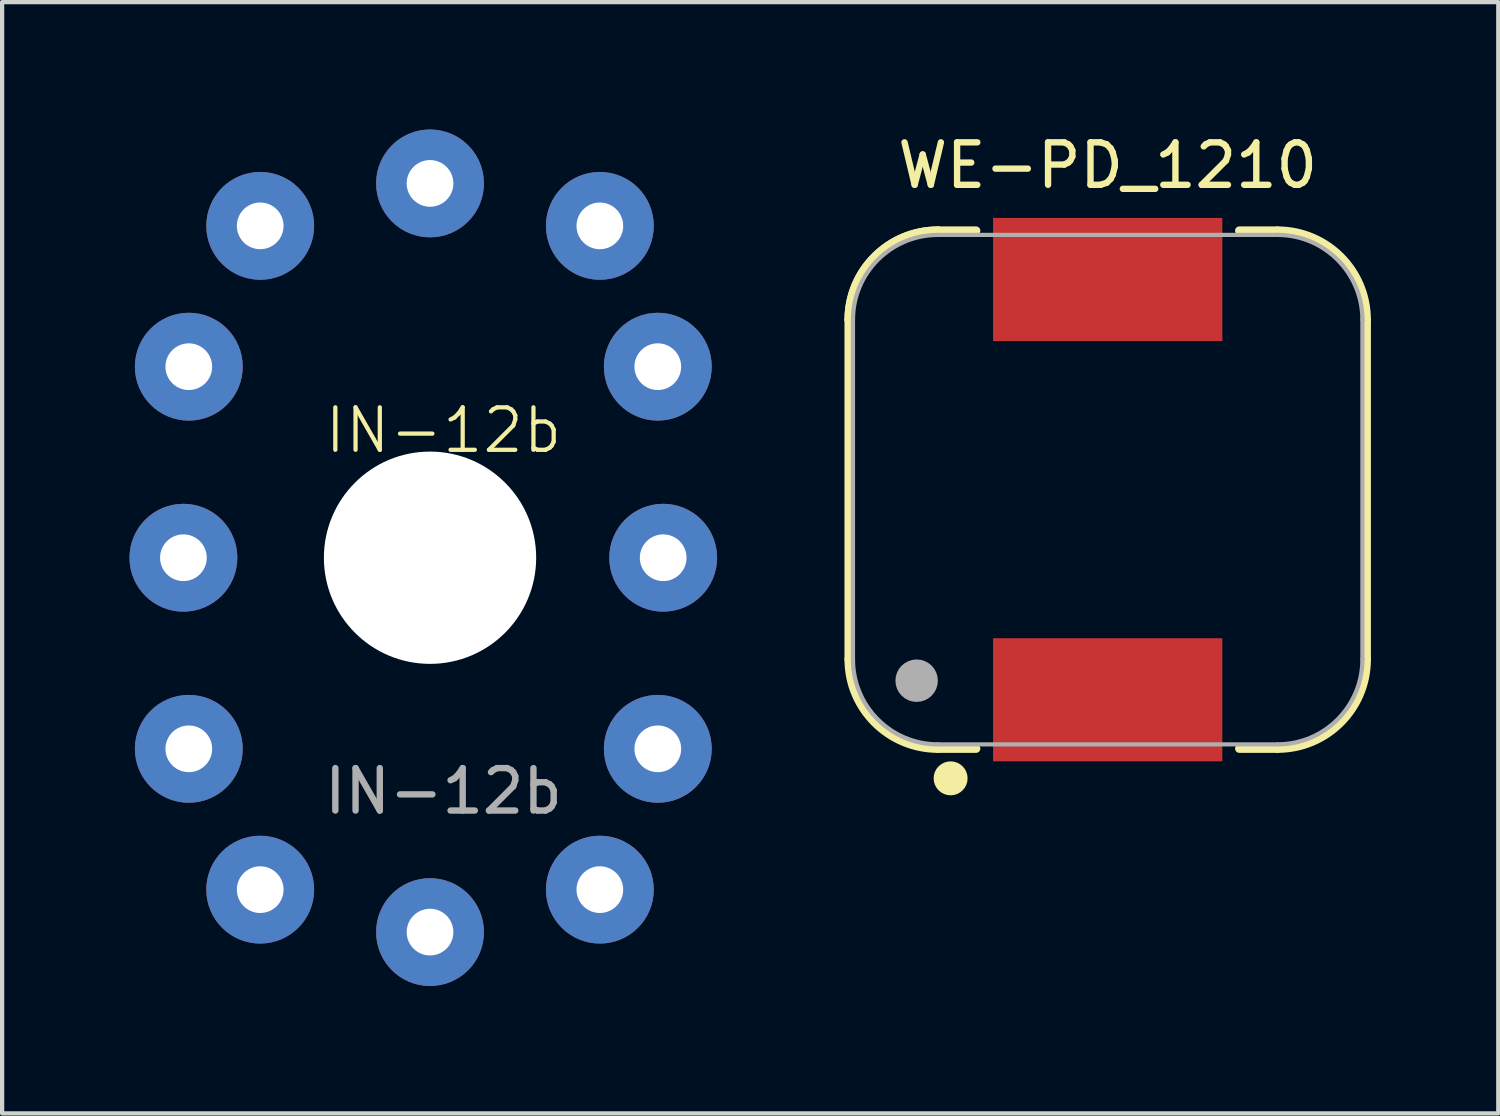
<source format=kicad_pcb>
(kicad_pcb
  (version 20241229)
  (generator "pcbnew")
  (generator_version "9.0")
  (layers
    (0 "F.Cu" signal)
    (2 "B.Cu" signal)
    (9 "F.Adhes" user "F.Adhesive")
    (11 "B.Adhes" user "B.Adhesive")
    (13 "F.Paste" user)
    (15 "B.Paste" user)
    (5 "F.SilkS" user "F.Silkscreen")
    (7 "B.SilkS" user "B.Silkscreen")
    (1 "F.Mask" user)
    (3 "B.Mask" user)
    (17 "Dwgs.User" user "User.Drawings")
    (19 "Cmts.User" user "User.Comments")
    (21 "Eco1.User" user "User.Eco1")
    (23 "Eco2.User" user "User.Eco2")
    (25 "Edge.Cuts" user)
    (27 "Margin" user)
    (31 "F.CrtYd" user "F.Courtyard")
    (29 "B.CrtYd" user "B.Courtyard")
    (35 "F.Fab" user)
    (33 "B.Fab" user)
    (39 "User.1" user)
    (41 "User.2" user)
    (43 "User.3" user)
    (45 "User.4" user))
  (footprint "WE-PD_1210"
    (layer "F.Cu")
    (at 23.041 8.483)
    (property "Reference" "WE-PD_1210" (at 0 -7.635 0) (layer "F.SilkS") (effects (font (size 1 1) (thickness 0.15))))
    (attr smd)
    (fp_line (start -6.1 4) (end -6.1 -4) (stroke (width 0.2) (type solid)) (layer "F.SilkS"))
    (fp_line (start -4 -6.1) (end -3.1 -6.1) (stroke (width 0.2) (type solid)) (layer "F.SilkS"))
    (fp_line (start -3.1 6.1) (end -4 6.1) (stroke (width 0.2) (type solid)) (layer "F.SilkS"))
    (fp_line (start 3.1 6.1) (end 4 6.1) (stroke (width 0.2) (type solid)) (layer "F.SilkS"))
    (fp_line (start 4 -6.1) (end 3.1 -6.1) (stroke (width 0.2) (type solid)) (layer "F.SilkS"))
    (fp_line (start 6.1 4) (end 6.1 -4) (stroke (width 0.2) (type solid)) (layer "F.SilkS"))
    (fp_arc (start -6.1 -4) (mid -5.484924 -5.484924) (end -4 -6.1) (stroke (width 0.2) (type solid)) (layer "F.SilkS"))
    (fp_arc (start -6.1 -4) (mid -5.484924 -5.484924) (end -4 -6.1) (stroke (width 0.2) (type solid)) (layer "F.SilkS"))
    (fp_arc (start -4 6.1) (mid -5.484924 5.484924) (end -6.1 4) (stroke (width 0.2) (type solid)) (layer "F.SilkS"))
    (fp_arc (start 4 -6.1) (mid 5.484924 -5.484924) (end 6.1 -4) (stroke (width 0.2) (type solid)) (layer "F.SilkS"))
    (fp_arc (start 6.1 4) (mid 5.484924 5.484924) (end 4 6.1) (stroke (width 0.2) (type solid)) (layer "F.SilkS"))
    (fp_circle (center -3.7 6.8) (end -3.5 6.8) (stroke (width 0.4) (type solid)) (fill no) (layer "F.SilkS"))
    (fp_line (start -6 4) (end -6 -4) (stroke (width 0.1) (type solid)) (layer "F.Fab"))
    (fp_line (start -4 6) (end 4 6) (stroke (width 0.1) (type solid)) (layer "F.Fab"))
    (fp_line (start 4 -6) (end -4 -6) (stroke (width 0.1) (type solid)) (layer "F.Fab"))
    (fp_line (start 6 4) (end 6 -4) (stroke (width 0.1) (type solid)) (layer "F.Fab"))
    (fp_arc (start -6 -4) (mid -5.414214 -5.414214) (end -4 -6) (stroke (width 0.1) (type solid)) (layer "F.Fab"))
    (fp_arc (start -4 6) (mid -5.414214 5.414214) (end -6 4) (stroke (width 0.1) (type solid)) (layer "F.Fab"))
    (fp_arc (start 4 -6) (mid 5.414214 -5.414214) (end 6 -4) (stroke (width 0.1) (type solid)) (layer "F.Fab"))
    (fp_arc (start 6 4) (mid 5.414214 5.414214) (end 4 6) (stroke (width 0.1) (type solid)) (layer "F.Fab"))
    (fp_circle (center -4.5 4.5) (end -4.25 4.5) (stroke (width 0.5) (type solid)) (fill no) (layer "F.Fab"))
    (pad "1" smd rect (at 0 4.95) (size 5.4 2.9) (layers "F.Cu" "F.Mask" "F.Paste"))
    (pad "2" smd rect (at 0 -4.95) (size 5.4 2.9) (layers "F.Cu" "F.Mask" "F.Paste")))
  (footprint "IN-12b"
    (layer "F.Cu")
    (at 7.079 10.087)
    (property "Reference" "IN-12b" (at 0.317 -3 0) (unlocked yes) (layer "F.SilkS") (effects (font (size 1 1) (thickness 0.1))))
    (attr through_hole)
    (fp_text user "${REFERENCE}" (at 0.317 5.5 0) (unlocked yes) (layer "F.Fab") (effects (font (size 1 1) (thickness 0.15))))
    (pad "" np_thru_hole circle (at 0 0) (size 5 5) (drill 5) (layers "*.Cu" "*.Mask"))
    (pad "1" thru_hole circle (at -4 7.818) (size 2.54 2.54) (drill 1.1) (layers "*.Cu" "*.Mask"))
    (pad "2" thru_hole circle (at -5.682 4.501) (size 2.54 2.54) (drill 1.1) (layers "*.Cu" "*.Mask"))
    (pad "3" thru_hole circle (at -5.809 0) (size 2.54 2.54) (drill 1.1) (layers "*.Cu" "*.Mask"))
    (pad "4" thru_hole circle (at -5.682 -4.5) (size 2.54 2.54) (drill 1.1) (layers "*.Cu" "*.Mask"))
    (pad "5" thru_hole circle (at -4 -7.817) (size 2.54 2.54) (drill 1.1) (layers "*.Cu" "*.Mask"))
    (pad "6" thru_hole circle (at 0 -8.817) (size 2.54 2.54) (drill 1.1) (layers "*.Cu" "*.Mask"))
    (pad "7" thru_hole circle (at 4 -7.817) (size 2.54 2.54) (drill 1.1) (layers "*.Cu" "*.Mask"))
    (pad "8" thru_hole circle (at 5.365 -4.5) (size 2.54 2.54) (drill 1.1) (layers "*.Cu" "*.Mask"))
    (pad "9" thru_hole circle (at 5.492 0) (size 2.54 2.54) (drill 1.1) (layers "*.Cu" "*.Mask"))
    (pad "10" thru_hole circle (at 5.365 4.501) (size 2.54 2.54) (drill 1.1) (layers "*.Cu" "*.Mask"))
    (pad "11" thru_hole circle (at 4 7.818) (size 2.54 2.54) (drill 1.1) (layers "*.Cu" "*.Mask"))
    (pad "12" thru_hole circle (at 0 8.818) (size 2.54 2.54) (drill 1.1) (layers "*.Cu" "*.Mask")))
  (gr_rect
    (start -3 -3)
    (end 32.241 23.175)
    (stroke (width 0.1) (type default))
    (fill no)
    (layer "Edge.Cuts")))
</source>
